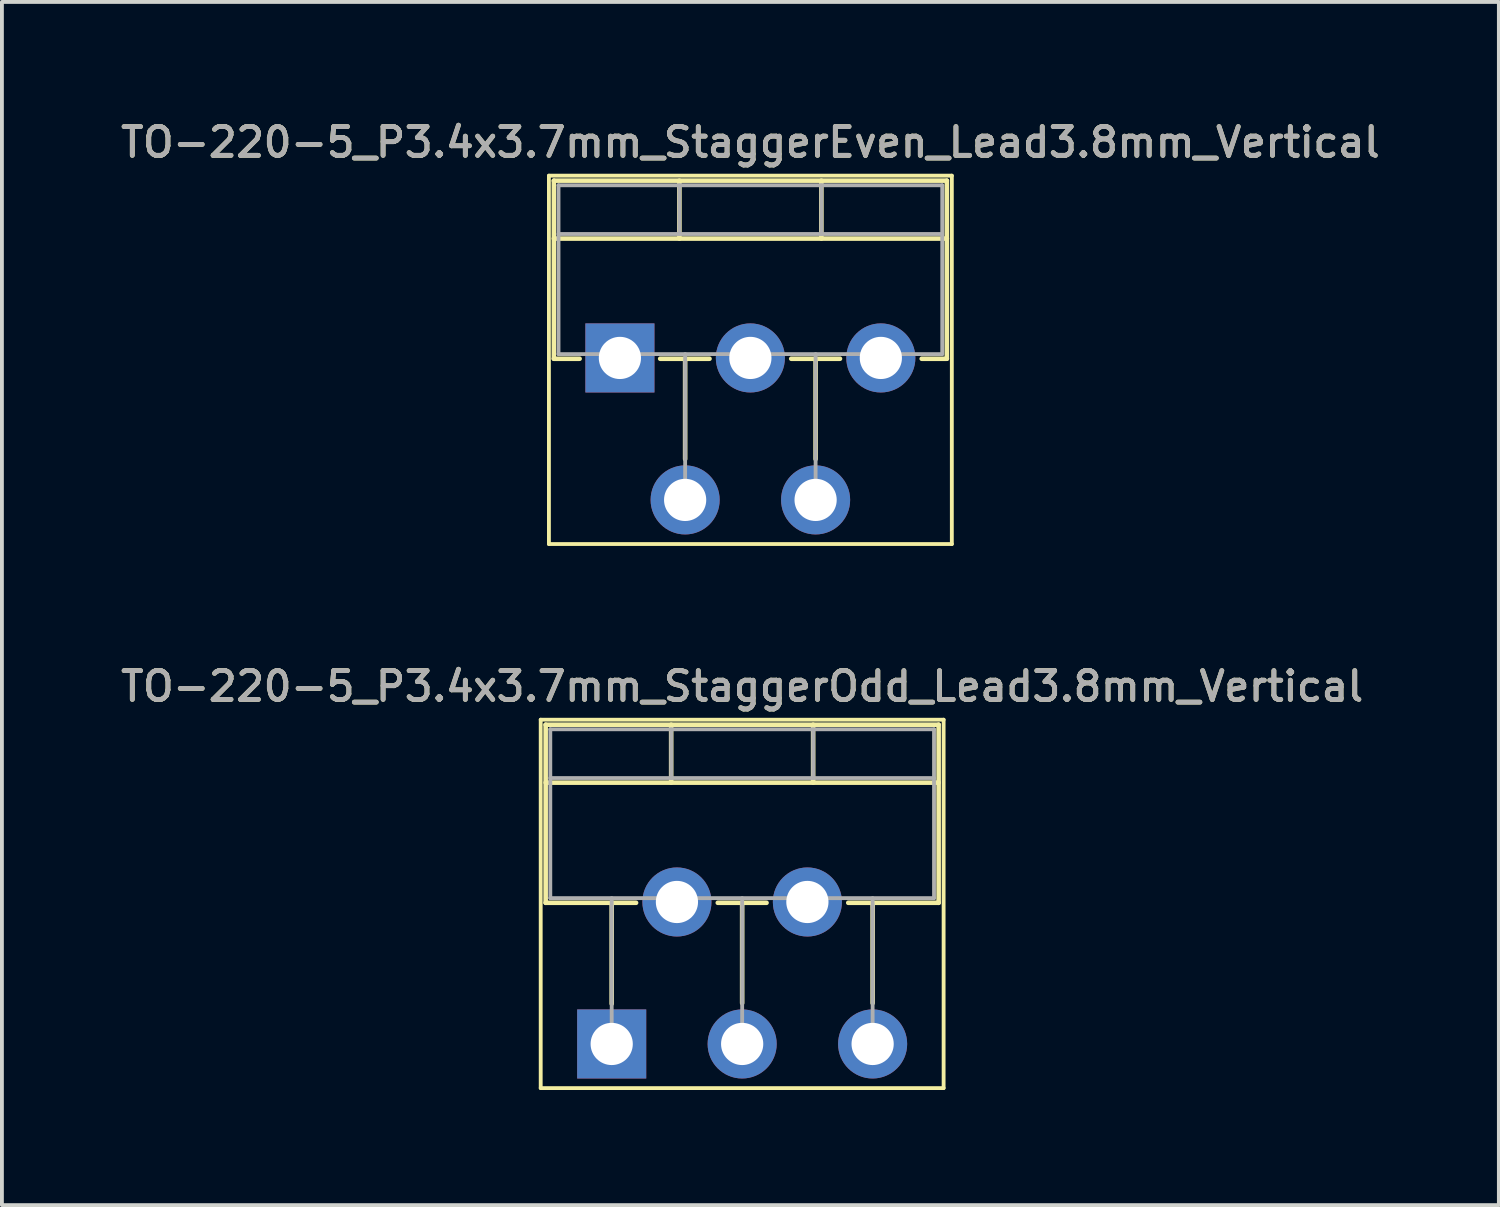
<source format=kicad_pcb>
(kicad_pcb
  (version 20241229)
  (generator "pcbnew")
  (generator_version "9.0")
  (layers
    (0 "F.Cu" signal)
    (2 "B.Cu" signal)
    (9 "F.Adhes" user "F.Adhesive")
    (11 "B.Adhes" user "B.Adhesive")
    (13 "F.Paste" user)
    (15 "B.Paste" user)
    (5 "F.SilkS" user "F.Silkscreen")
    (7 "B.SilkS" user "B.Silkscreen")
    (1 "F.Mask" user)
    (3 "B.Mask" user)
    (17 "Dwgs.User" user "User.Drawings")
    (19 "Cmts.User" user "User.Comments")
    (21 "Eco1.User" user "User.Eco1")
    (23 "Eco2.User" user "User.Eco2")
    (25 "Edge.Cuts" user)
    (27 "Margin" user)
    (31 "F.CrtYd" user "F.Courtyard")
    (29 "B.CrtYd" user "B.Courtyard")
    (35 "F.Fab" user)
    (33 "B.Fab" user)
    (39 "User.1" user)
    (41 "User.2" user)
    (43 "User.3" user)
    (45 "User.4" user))
  (footprint "TO-220-5_P3.4x3.7mm_StaggerEven_Lead3.8mm_Vertical"
    (layer "F.Cu")
    (at 13.105 6.278)
    (property "Reference" "TO-220-5_P3.4x3.7mm_StaggerEven_Lead3.8mm_Vertical" (at 3.4 -5.62 0) (layer "F.SilkS") (effects (font (size 0.75 0.75) (thickness 0.125))))
    (attr through_hole)
    (fp_line (start -1.85 -4.75) (end -1.85 4.85) (stroke (width 0.1) (type solid)) (layer "F.SilkS"))
    (fp_line (start -1.85 4.85) (end 8.65 4.85) (stroke (width 0.1) (type solid)) (layer "F.SilkS"))
    (fp_line (start -1.721 -4.62) (end -1.721 0.021) (stroke (width 0.12) (type solid)) (layer "F.SilkS"))
    (fp_line (start -1.721 -4.62) (end 8.52 -4.62) (stroke (width 0.12) (type solid)) (layer "F.SilkS"))
    (fp_line (start -1.721 -3.111) (end 8.52 -3.111) (stroke (width 0.12) (type solid)) (layer "F.SilkS"))
    (fp_line (start -1.721 0.021) (end -1.05 0.021) (stroke (width 0.12) (type solid)) (layer "F.SilkS"))
    (fp_line (start 1.05 0.021) (end 2.335 0.021) (stroke (width 0.12) (type solid)) (layer "F.SilkS"))
    (fp_line (start 1.55 -4.62) (end 1.55 -3.111) (stroke (width 0.12) (type solid)) (layer "F.SilkS"))
    (fp_line (start 1.7 0.021) (end 1.7 2.635) (stroke (width 0.12) (type solid)) (layer "F.SilkS"))
    (fp_line (start 4.465 0.021) (end 5.735 0.021) (stroke (width 0.12) (type solid)) (layer "F.SilkS"))
    (fp_line (start 5.1 0.021) (end 5.1 2.635) (stroke (width 0.12) (type solid)) (layer "F.SilkS"))
    (fp_line (start 5.25 -4.62) (end 5.25 -3.111) (stroke (width 0.12) (type solid)) (layer "F.SilkS"))
    (fp_line (start 7.865 0.021) (end 8.52 0.021) (stroke (width 0.12) (type solid)) (layer "F.SilkS"))
    (fp_line (start 8.52 -4.62) (end 8.52 0.021) (stroke (width 0.12) (type solid)) (layer "F.SilkS"))
    (fp_line (start 8.65 -4.75) (end -1.85 -4.75) (stroke (width 0.1) (type solid)) (layer "F.SilkS"))
    (fp_line (start 8.65 4.85) (end 8.65 -4.75) (stroke (width 0.1) (type solid)) (layer "F.SilkS"))
    (fp_line (start -1.6 -4.5) (end -1.6 -0.1) (stroke (width 0.1) (type solid)) (layer "F.Fab"))
    (fp_line (start -1.6 -3.23) (end 8.4 -3.23) (stroke (width 0.1) (type solid)) (layer "F.Fab"))
    (fp_line (start -1.6 -0.1) (end 8.4 -0.1) (stroke (width 0.1) (type solid)) (layer "F.Fab"))
    (fp_line (start 0 -0.1) (end 0 0) (stroke (width 0.1) (type solid)) (layer "F.Fab"))
    (fp_line (start 1.55 -4.5) (end 1.55 -3.23) (stroke (width 0.1) (type solid)) (layer "F.Fab"))
    (fp_line (start 1.7 -0.1) (end 1.7 3.7) (stroke (width 0.1) (type solid)) (layer "F.Fab"))
    (fp_line (start 3.4 -0.1) (end 3.4 0) (stroke (width 0.1) (type solid)) (layer "F.Fab"))
    (fp_line (start 5.1 -0.1) (end 5.1 3.7) (stroke (width 0.1) (type solid)) (layer "F.Fab"))
    (fp_line (start 5.25 -4.5) (end 5.25 -3.23) (stroke (width 0.1) (type solid)) (layer "F.Fab"))
    (fp_line (start 6.8 -0.1) (end 6.8 0) (stroke (width 0.1) (type solid)) (layer "F.Fab"))
    (fp_line (start 8.4 -4.5) (end -1.6 -4.5) (stroke (width 0.1) (type solid)) (layer "F.Fab"))
    (fp_line (start 8.4 -0.1) (end 8.4 -4.5) (stroke (width 0.1) (type solid)) (layer "F.Fab"))
    (fp_text user "${REFERENCE}" (at 3.4 -5.62 0) (layer "F.Fab") (effects (font (size 0.75 0.75) (thickness 0.125))))
    (pad "1" thru_hole rect (at 0 0) (size 1.8 1.8) (drill 1.1) (layers "*.Cu" "*.Mask"))
    (pad "2" thru_hole oval (at 1.7 3.7) (size 1.8 1.8) (drill 1.1) (layers "*.Cu" "*.Mask"))
    (pad "3" thru_hole oval (at 3.4 0) (size 1.8 1.8) (drill 1.1) (layers "*.Cu" "*.Mask"))
    (pad "4" thru_hole oval (at 5.1 3.7) (size 1.8 1.8) (drill 1.1) (layers "*.Cu" "*.Mask"))
    (pad "5" thru_hole oval (at 6.8 0) (size 1.8 1.8) (drill 1.1) (layers "*.Cu" "*.Mask")))
  (footprint "TO-220-5_P3.4x3.7mm_StaggerOdd_Lead3.8mm_Vertical"
    (layer "F.Cu")
    (at 12.891 24.156)
    (property "Reference" "TO-220-5_P3.4x3.7mm_StaggerOdd_Lead3.8mm_Vertical" (at 3.4 -9.32 0) (layer "F.SilkS") (effects (font (size 0.75 0.75) (thickness 0.125))))
    (attr through_hole)
    (fp_line (start -1.85 -8.45) (end -1.85 1.15) (stroke (width 0.1) (type solid)) (layer "F.SilkS"))
    (fp_line (start -1.85 1.15) (end 8.65 1.15) (stroke (width 0.1) (type solid)) (layer "F.SilkS"))
    (fp_line (start -1.721 -8.32) (end -1.721 -3.679) (stroke (width 0.12) (type solid)) (layer "F.SilkS"))
    (fp_line (start -1.721 -8.32) (end 8.52 -8.32) (stroke (width 0.12) (type solid)) (layer "F.SilkS"))
    (fp_line (start -1.721 -6.811) (end 8.52 -6.811) (stroke (width 0.12) (type solid)) (layer "F.SilkS"))
    (fp_line (start -1.721 -3.679) (end 0.635 -3.679) (stroke (width 0.12) (type solid)) (layer "F.SilkS"))
    (fp_line (start 0 -3.679) (end 0 -1.049) (stroke (width 0.12) (type solid)) (layer "F.SilkS"))
    (fp_line (start 1.55 -8.32) (end 1.55 -6.811) (stroke (width 0.12) (type solid)) (layer "F.SilkS"))
    (fp_line (start 2.765 -3.679) (end 4.035 -3.679) (stroke (width 0.12) (type solid)) (layer "F.SilkS"))
    (fp_line (start 3.4 -3.679) (end 3.4 -1.065) (stroke (width 0.12) (type solid)) (layer "F.SilkS"))
    (fp_line (start 5.25 -8.32) (end 5.25 -6.811) (stroke (width 0.12) (type solid)) (layer "F.SilkS"))
    (fp_line (start 6.165 -3.679) (end 8.52 -3.679) (stroke (width 0.12) (type solid)) (layer "F.SilkS"))
    (fp_line (start 6.8 -3.679) (end 6.8 -1.065) (stroke (width 0.12) (type solid)) (layer "F.SilkS"))
    (fp_line (start 8.52 -8.32) (end 8.52 -3.679) (stroke (width 0.12) (type solid)) (layer "F.SilkS"))
    (fp_line (start 8.65 -8.45) (end -1.85 -8.45) (stroke (width 0.1) (type solid)) (layer "F.SilkS"))
    (fp_line (start 8.65 1.15) (end 8.65 -8.45) (stroke (width 0.1) (type solid)) (layer "F.SilkS"))
    (fp_line (start -1.6 -8.2) (end -1.6 -3.8) (stroke (width 0.1) (type solid)) (layer "F.Fab"))
    (fp_line (start -1.6 -6.93) (end 8.4 -6.93) (stroke (width 0.1) (type solid)) (layer "F.Fab"))
    (fp_line (start -1.6 -3.8) (end 8.4 -3.8) (stroke (width 0.1) (type solid)) (layer "F.Fab"))
    (fp_line (start 0 -3.8) (end 0 0) (stroke (width 0.1) (type solid)) (layer "F.Fab"))
    (fp_line (start 1.55 -8.2) (end 1.55 -6.93) (stroke (width 0.1) (type solid)) (layer "F.Fab"))
    (fp_line (start 1.7 -3.8) (end 1.7 -3.7) (stroke (width 0.1) (type solid)) (layer "F.Fab"))
    (fp_line (start 3.4 -3.8) (end 3.4 0) (stroke (width 0.1) (type solid)) (layer "F.Fab"))
    (fp_line (start 5.1 -3.8) (end 5.1 -3.7) (stroke (width 0.1) (type solid)) (layer "F.Fab"))
    (fp_line (start 5.25 -8.2) (end 5.25 -6.93) (stroke (width 0.1) (type solid)) (layer "F.Fab"))
    (fp_line (start 6.8 -3.8) (end 6.8 0) (stroke (width 0.1) (type solid)) (layer "F.Fab"))
    (fp_line (start 8.4 -8.2) (end -1.6 -8.2) (stroke (width 0.1) (type solid)) (layer "F.Fab"))
    (fp_line (start 8.4 -3.8) (end 8.4 -8.2) (stroke (width 0.1) (type solid)) (layer "F.Fab"))
    (fp_text user "${REFERENCE}" (at 3.4 -9.32 0) (layer "F.Fab") (effects (font (size 0.75 0.75) (thickness 0.125))))
    (pad "1" thru_hole rect (at 0 0) (size 1.8 1.8) (drill 1.1) (layers "*.Cu" "*.Mask"))
    (pad "2" thru_hole oval (at 1.7 -3.7) (size 1.8 1.8) (drill 1.1) (layers "*.Cu" "*.Mask"))
    (pad "3" thru_hole oval (at 3.4 0) (size 1.8 1.8) (drill 1.1) (layers "*.Cu" "*.Mask"))
    (pad "4" thru_hole oval (at 5.1 -3.7) (size 1.8 1.8) (drill 1.1) (layers "*.Cu" "*.Mask"))
    (pad "5" thru_hole oval (at 6.8 0) (size 1.8 1.8) (drill 1.1) (layers "*.Cu" "*.Mask")))
  (gr_rect
    (start -3 -3)
    (end 36.011 28.356)
    (stroke (width 0.1) (type default))
    (fill no)
    (layer "Edge.Cuts")))
</source>
